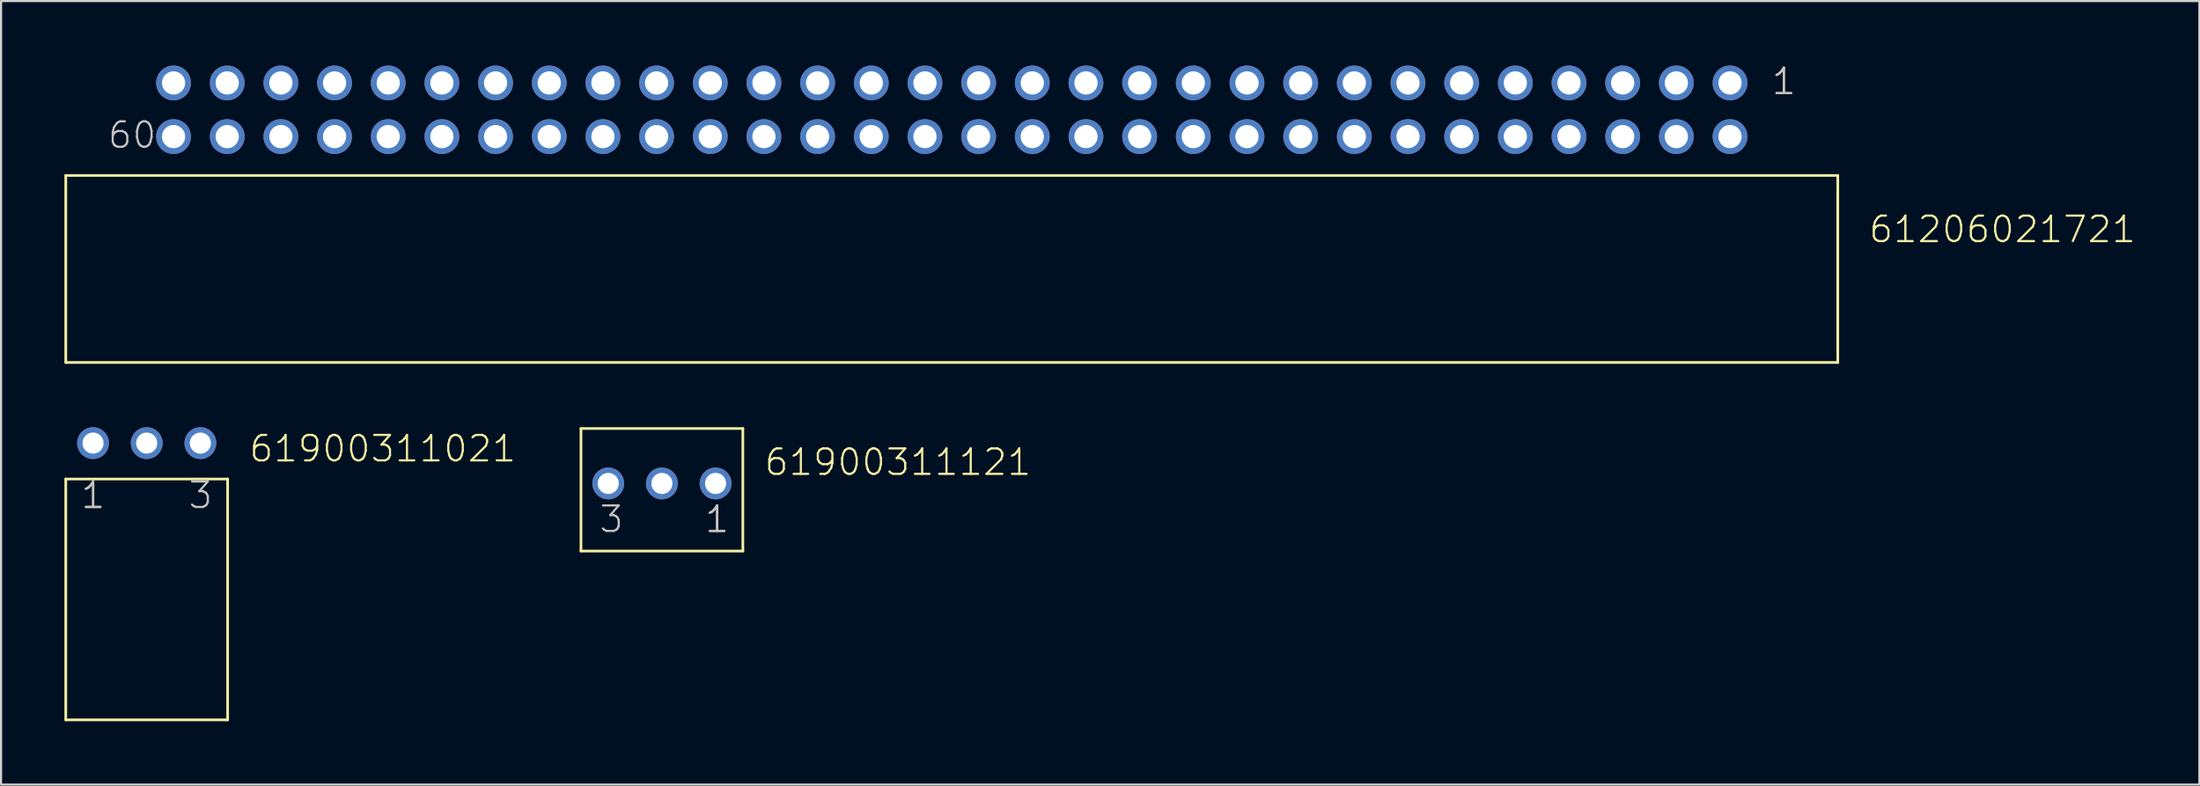
<source format=kicad_pcb>
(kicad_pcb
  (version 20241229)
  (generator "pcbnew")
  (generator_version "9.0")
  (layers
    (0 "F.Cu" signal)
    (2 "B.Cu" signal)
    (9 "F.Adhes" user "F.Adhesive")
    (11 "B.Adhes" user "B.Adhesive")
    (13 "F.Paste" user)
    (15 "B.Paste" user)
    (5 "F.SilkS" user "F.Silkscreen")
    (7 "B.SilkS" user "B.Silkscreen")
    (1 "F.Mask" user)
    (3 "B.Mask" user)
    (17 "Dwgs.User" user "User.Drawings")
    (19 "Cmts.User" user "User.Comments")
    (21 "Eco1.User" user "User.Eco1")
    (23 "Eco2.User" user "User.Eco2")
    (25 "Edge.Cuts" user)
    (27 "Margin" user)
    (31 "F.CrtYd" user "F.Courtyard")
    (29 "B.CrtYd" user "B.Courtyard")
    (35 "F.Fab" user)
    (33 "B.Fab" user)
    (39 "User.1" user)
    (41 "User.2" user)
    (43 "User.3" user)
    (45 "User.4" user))
  (footprint "61900311121"
    (layer "F.Cu")
    (at 28.275 19.833)
    (property "Reference" "61900311121" (at 4.785 -0.3 0) (layer "F.SilkS") (effects (font (size 1.206 1.206) (thickness 0.102)) (justify left bottom)))
    (attr through_hole)
    (fp_line (start -3.83 -2.6) (end 3.83 -2.6) (stroke (width 0.127) (type solid)) (layer "F.SilkS"))
    (fp_line (start -3.83 3.2) (end -3.83 -2.6) (stroke (width 0.127) (type solid)) (layer "F.SilkS"))
    (fp_line (start 3.83 -2.6) (end 3.83 3.2) (stroke (width 0.127) (type solid)) (layer "F.SilkS"))
    (fp_line (start 3.83 3.2) (end -3.83 3.2) (stroke (width 0.127) (type solid)) (layer "F.SilkS"))
    (fp_text user "1" (at 1.97 2.4 0) (layer "F.SilkS") (effects (font (size 1.206 1.206) (thickness 0.102)) (justify left bottom)))
    (fp_text user "1" (at 1.97 2.4 0) (layer "Dwgs.User") (effects (font (size 1.206 1.206) (thickness 0.102)) (justify left bottom)))
    (fp_text user "3" (at -3.03 2.4 0) (layer "Dwgs.User") (effects (font (size 1.206 1.206) (thickness 0.102)) (justify left bottom)))
    (pad "1" thru_hole circle (at 2.54 0) (size 1.508 1.508) (drill 1) (layers "*.Cu" "*.Mask"))
    (pad "2" thru_hole circle (at 0 0) (size 1.508 1.508) (drill 1) (layers "*.Cu" "*.Mask"))
    (pad "3" thru_hole circle (at -2.54 0) (size 1.508 1.508) (drill 1) (layers "*.Cu" "*.Mask")))
  (footprint "61206021721"
    (layer "F.Cu")
    (at 41.993 2.146)
    (property "Reference" "61206021721" (at 43.338 6.368 0) (layer "F.SilkS") (effects (font (size 1.206 1.206) (thickness 0.102)) (justify left bottom)))
    (attr through_hole)
    (fp_line (start -41.93 3.11) (end 41.93 3.11) (stroke (width 0.127) (type solid)) (layer "F.SilkS"))
    (fp_line (start -41.93 11.96) (end -41.93 3.11) (stroke (width 0.127) (type solid)) (layer "F.SilkS"))
    (fp_line (start 41.93 3.11) (end 41.93 11.96) (stroke (width 0.127) (type solid)) (layer "F.SilkS"))
    (fp_line (start 41.93 11.96) (end -41.93 11.96) (stroke (width 0.127) (type solid)) (layer "F.SilkS"))
    (fp_text user "1" (at 38.735 -0.635 0) (layer "F.SilkS") (effects (font (size 1.206 1.206) (thickness 0.102)) (justify left bottom)))
    (fp_text user "1" (at 38.735 -0.635 0) (layer "Dwgs.User") (effects (font (size 1.206 1.206) (thickness 0.102)) (justify left bottom)))
    (fp_text user "60" (at -40.005 1.905 0) (layer "Dwgs.User") (effects (font (size 1.206 1.206) (thickness 0.102)) (justify left bottom)))
    (pad "1" thru_hole circle (at 36.83 -1.27) (size 1.65 1.65) (drill 1.1) (layers "*.Cu" "*.Mask"))
    (pad "2" thru_hole circle (at 36.83 1.27) (size 1.65 1.65) (drill 1.1) (layers "*.Cu" "*.Mask"))
    (pad "3" thru_hole circle (at 34.29 -1.27) (size 1.65 1.65) (drill 1.1) (layers "*.Cu" "*.Mask"))
    (pad "4" thru_hole circle (at 34.29 1.27) (size 1.65 1.65) (drill 1.1) (layers "*.Cu" "*.Mask"))
    (pad "5" thru_hole circle (at 31.75 -1.27) (size 1.65 1.65) (drill 1.1) (layers "*.Cu" "*.Mask"))
    (pad "6" thru_hole circle (at 31.75 1.27) (size 1.65 1.65) (drill 1.1) (layers "*.Cu" "*.Mask"))
    (pad "7" thru_hole circle (at 29.21 -1.27) (size 1.65 1.65) (drill 1.1) (layers "*.Cu" "*.Mask"))
    (pad "8" thru_hole circle (at 29.21 1.27) (size 1.65 1.65) (drill 1.1) (layers "*.Cu" "*.Mask"))
    (pad "9" thru_hole circle (at 26.67 -1.27) (size 1.65 1.65) (drill 1.1) (layers "*.Cu" "*.Mask"))
    (pad "10" thru_hole circle (at 26.67 1.27) (size 1.65 1.65) (drill 1.1) (layers "*.Cu" "*.Mask"))
    (pad "11" thru_hole circle (at 24.13 -1.27) (size 1.65 1.65) (drill 1.1) (layers "*.Cu" "*.Mask"))
    (pad "12" thru_hole circle (at 24.13 1.27) (size 1.65 1.65) (drill 1.1) (layers "*.Cu" "*.Mask"))
    (pad "13" thru_hole circle (at 21.59 -1.27) (size 1.65 1.65) (drill 1.1) (layers "*.Cu" "*.Mask"))
    (pad "14" thru_hole circle (at 21.59 1.27) (size 1.65 1.65) (drill 1.1) (layers "*.Cu" "*.Mask"))
    (pad "15" thru_hole circle (at 19.05 -1.27) (size 1.65 1.65) (drill 1.1) (layers "*.Cu" "*.Mask"))
    (pad "16" thru_hole circle (at 19.05 1.27) (size 1.65 1.65) (drill 1.1) (layers "*.Cu" "*.Mask"))
    (pad "17" thru_hole circle (at 16.51 -1.27) (size 1.65 1.65) (drill 1.1) (layers "*.Cu" "*.Mask"))
    (pad "18" thru_hole circle (at 16.51 1.27) (size 1.65 1.65) (drill 1.1) (layers "*.Cu" "*.Mask"))
    (pad "19" thru_hole circle (at 13.97 -1.27) (size 1.65 1.65) (drill 1.1) (layers "*.Cu" "*.Mask"))
    (pad "20" thru_hole circle (at 13.97 1.27) (size 1.65 1.65) (drill 1.1) (layers "*.Cu" "*.Mask"))
    (pad "21" thru_hole circle (at 11.43 -1.27) (size 1.65 1.65) (drill 1.1) (layers "*.Cu" "*.Mask"))
    (pad "22" thru_hole circle (at 11.43 1.27) (size 1.65 1.65) (drill 1.1) (layers "*.Cu" "*.Mask"))
    (pad "23" thru_hole circle (at 8.89 -1.27) (size 1.65 1.65) (drill 1.1) (layers "*.Cu" "*.Mask"))
    (pad "24" thru_hole circle (at 8.89 1.27) (size 1.65 1.65) (drill 1.1) (layers "*.Cu" "*.Mask"))
    (pad "25" thru_hole circle (at 6.35 -1.27) (size 1.65 1.65) (drill 1.1) (layers "*.Cu" "*.Mask"))
    (pad "26" thru_hole circle (at 6.35 1.27) (size 1.65 1.65) (drill 1.1) (layers "*.Cu" "*.Mask"))
    (pad "27" thru_hole circle (at 3.81 -1.27) (size 1.65 1.65) (drill 1.1) (layers "*.Cu" "*.Mask"))
    (pad "28" thru_hole circle (at 3.81 1.27) (size 1.65 1.65) (drill 1.1) (layers "*.Cu" "*.Mask"))
    (pad "29" thru_hole circle (at 1.27 -1.27) (size 1.65 1.65) (drill 1.1) (layers "*.Cu" "*.Mask"))
    (pad "30" thru_hole circle (at 1.27 1.27) (size 1.65 1.65) (drill 1.1) (layers "*.Cu" "*.Mask"))
    (pad "31" thru_hole circle (at -1.27 -1.27) (size 1.65 1.65) (drill 1.1) (layers "*.Cu" "*.Mask"))
    (pad "32" thru_hole circle (at -1.27 1.27) (size 1.65 1.65) (drill 1.1) (layers "*.Cu" "*.Mask"))
    (pad "33" thru_hole circle (at -3.81 -1.27) (size 1.65 1.65) (drill 1.1) (layers "*.Cu" "*.Mask"))
    (pad "34" thru_hole circle (at -3.81 1.27) (size 1.65 1.65) (drill 1.1) (layers "*.Cu" "*.Mask"))
    (pad "35" thru_hole circle (at -6.35 -1.27) (size 1.65 1.65) (drill 1.1) (layers "*.Cu" "*.Mask"))
    (pad "36" thru_hole circle (at -6.35 1.27) (size 1.65 1.65) (drill 1.1) (layers "*.Cu" "*.Mask"))
    (pad "37" thru_hole circle (at -8.89 -1.27) (size 1.65 1.65) (drill 1.1) (layers "*.Cu" "*.Mask"))
    (pad "38" thru_hole circle (at -8.89 1.27) (size 1.65 1.65) (drill 1.1) (layers "*.Cu" "*.Mask"))
    (pad "39" thru_hole circle (at -11.43 -1.27) (size 1.65 1.65) (drill 1.1) (layers "*.Cu" "*.Mask"))
    (pad "40" thru_hole circle (at -11.43 1.27) (size 1.65 1.65) (drill 1.1) (layers "*.Cu" "*.Mask"))
    (pad "41" thru_hole circle (at -13.97 -1.27) (size 1.65 1.65) (drill 1.1) (layers "*.Cu" "*.Mask"))
    (pad "42" thru_hole circle (at -13.97 1.27) (size 1.65 1.65) (drill 1.1) (layers "*.Cu" "*.Mask"))
    (pad "43" thru_hole circle (at -16.51 -1.27) (size 1.65 1.65) (drill 1.1) (layers "*.Cu" "*.Mask"))
    (pad "44" thru_hole circle (at -16.51 1.27) (size 1.65 1.65) (drill 1.1) (layers "*.Cu" "*.Mask"))
    (pad "45" thru_hole circle (at -19.05 -1.27) (size 1.65 1.65) (drill 1.1) (layers "*.Cu" "*.Mask"))
    (pad "46" thru_hole circle (at -19.05 1.27) (size 1.65 1.65) (drill 1.1) (layers "*.Cu" "*.Mask"))
    (pad "47" thru_hole circle (at -21.59 -1.27) (size 1.65 1.65) (drill 1.1) (layers "*.Cu" "*.Mask"))
    (pad "48" thru_hole circle (at -21.59 1.27) (size 1.65 1.65) (drill 1.1) (layers "*.Cu" "*.Mask"))
    (pad "49" thru_hole circle (at -24.13 -1.27) (size 1.65 1.65) (drill 1.1) (layers "*.Cu" "*.Mask"))
    (pad "50" thru_hole circle (at -24.13 1.27) (size 1.65 1.65) (drill 1.1) (layers "*.Cu" "*.Mask"))
    (pad "51" thru_hole circle (at -26.67 -1.27) (size 1.65 1.65) (drill 1.1) (layers "*.Cu" "*.Mask"))
    (pad "52" thru_hole circle (at -26.67 1.27) (size 1.65 1.65) (drill 1.1) (layers "*.Cu" "*.Mask"))
    (pad "53" thru_hole circle (at -29.21 -1.27) (size 1.65 1.65) (drill 1.1) (layers "*.Cu" "*.Mask"))
    (pad "54" thru_hole circle (at -29.21 1.27) (size 1.65 1.65) (drill 1.1) (layers "*.Cu" "*.Mask"))
    (pad "55" thru_hole circle (at -31.75 -1.27) (size 1.65 1.65) (drill 1.1) (layers "*.Cu" "*.Mask"))
    (pad "56" thru_hole circle (at -31.75 1.27) (size 1.65 1.65) (drill 1.1) (layers "*.Cu" "*.Mask"))
    (pad "57" thru_hole circle (at -34.29 -1.27) (size 1.65 1.65) (drill 1.1) (layers "*.Cu" "*.Mask"))
    (pad "58" thru_hole circle (at -34.29 1.27) (size 1.65 1.65) (drill 1.1) (layers "*.Cu" "*.Mask"))
    (pad "59" thru_hole circle (at -36.83 -1.27) (size 1.65 1.65) (drill 1.1) (layers "*.Cu" "*.Mask"))
    (pad "60" thru_hole circle (at -36.83 1.27) (size 1.65 1.65) (drill 1.1) (layers "*.Cu" "*.Mask")))
  (footprint "61900311021"
    (layer "F.Cu")
    (at 3.893 17.924)
    (property "Reference" "61900311021" (at 4.785 0.97 0) (layer "F.SilkS") (effects (font (size 1.206 1.206) (thickness 0.102)) (justify left bottom)))
    (attr through_hole)
    (fp_line (start -3.83 1.7) (end 3.83 1.7) (stroke (width 0.127) (type solid)) (layer "F.SilkS"))
    (fp_line (start -3.83 13.1) (end -3.83 1.7) (stroke (width 0.127) (type solid)) (layer "F.SilkS"))
    (fp_line (start 3.83 1.7) (end 3.83 13.1) (stroke (width 0.127) (type solid)) (layer "F.SilkS"))
    (fp_line (start 3.83 13.1) (end -3.83 13.1) (stroke (width 0.127) (type solid)) (layer "F.SilkS"))
    (fp_text user "1" (at -3.175 3.175 0) (layer "F.SilkS") (effects (font (size 1.206 1.206) (thickness 0.102)) (justify left bottom)))
    (fp_text user "1" (at -3.175 3.175 0) (layer "Dwgs.User") (effects (font (size 1.206 1.206) (thickness 0.102)) (justify left bottom)))
    (fp_text user "3" (at 1.905 3.175 0) (layer "Dwgs.User") (effects (font (size 1.206 1.206) (thickness 0.102)) (justify left bottom)))
    (pad "1" thru_hole circle (at -2.54 0 180) (size 1.508 1.508) (drill 1) (layers "*.Cu" "*.Mask"))
    (pad "2" thru_hole circle (at 0 0 180) (size 1.508 1.508) (drill 1) (layers "*.Cu" "*.Mask"))
    (pad "3" thru_hole circle (at 2.54 0 180) (size 1.508 1.508) (drill 1) (layers "*.Cu" "*.Mask")))
  (gr_rect
    (start -3 -3)
    (end 101.035 34.087)
    (stroke (width 0.1) (type default))
    (fill no)
    (layer "Edge.Cuts")))
</source>
